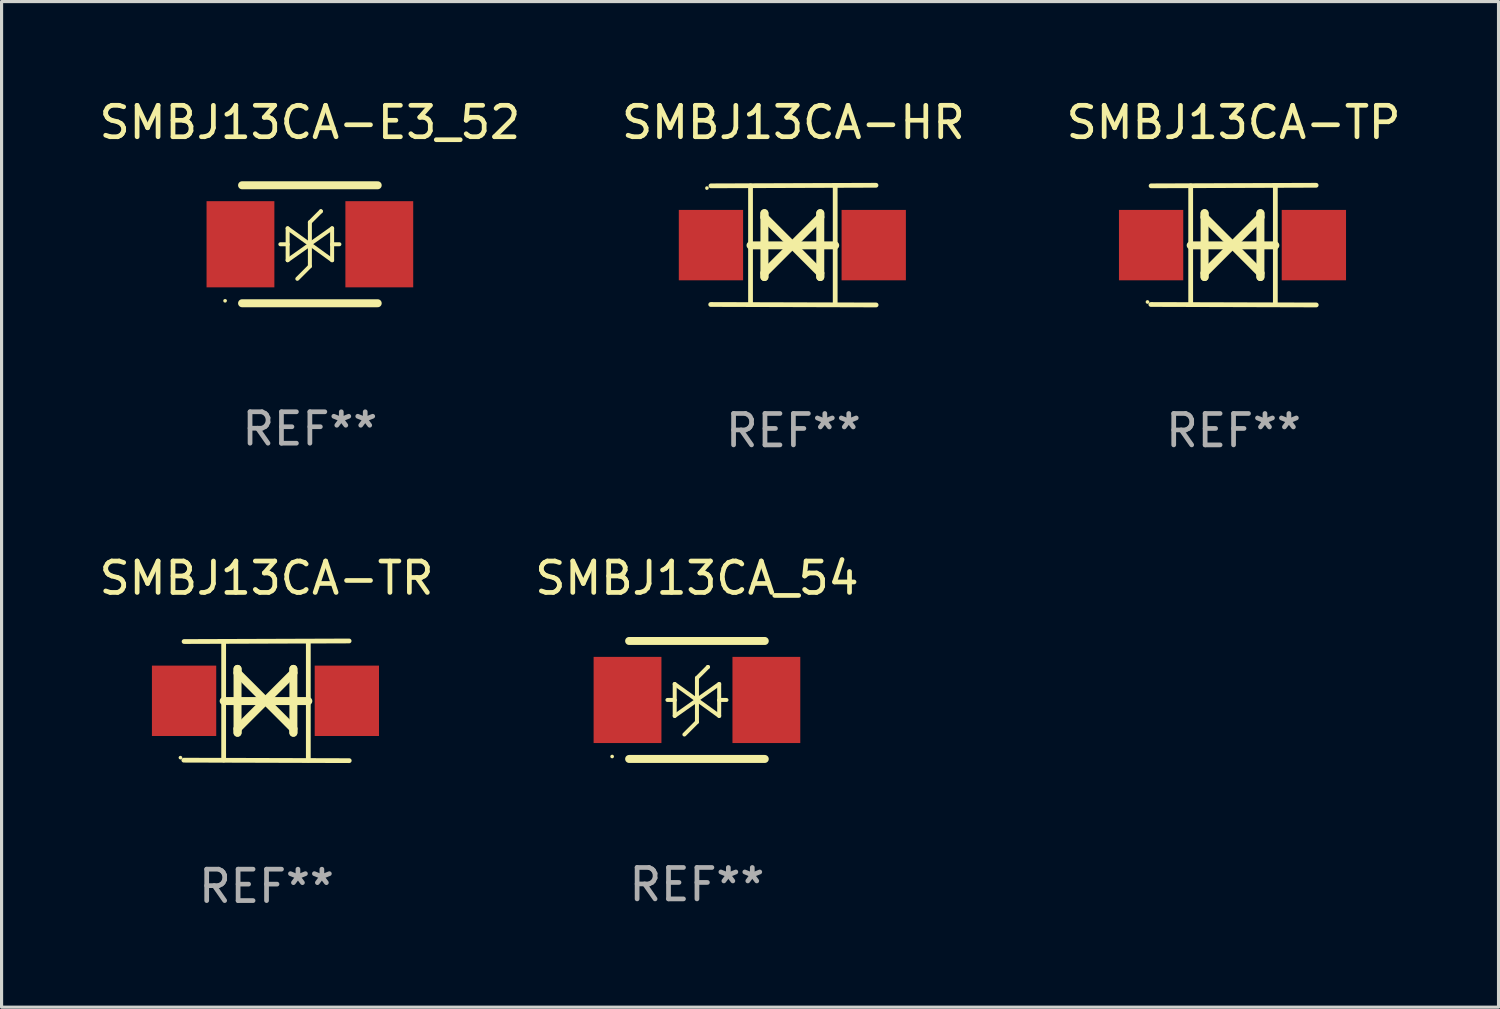
<source format=kicad_pcb>
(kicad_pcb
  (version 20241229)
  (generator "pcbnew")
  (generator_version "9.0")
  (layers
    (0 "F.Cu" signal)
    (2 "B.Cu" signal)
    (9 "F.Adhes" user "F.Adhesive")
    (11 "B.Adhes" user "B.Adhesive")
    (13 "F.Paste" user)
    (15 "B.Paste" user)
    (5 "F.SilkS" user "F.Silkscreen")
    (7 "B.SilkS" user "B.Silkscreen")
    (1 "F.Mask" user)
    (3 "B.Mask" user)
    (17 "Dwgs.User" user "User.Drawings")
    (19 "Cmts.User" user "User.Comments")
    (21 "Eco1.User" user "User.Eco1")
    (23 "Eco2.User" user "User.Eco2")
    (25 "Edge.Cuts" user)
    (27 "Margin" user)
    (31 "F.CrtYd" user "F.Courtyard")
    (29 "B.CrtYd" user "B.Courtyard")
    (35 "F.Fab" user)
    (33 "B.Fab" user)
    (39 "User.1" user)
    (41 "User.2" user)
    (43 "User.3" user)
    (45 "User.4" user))
  (footprint "SMBJ13CA_54"
    (layer "F.Cu")
    (at 19.137 19.233)
    (property "Reference" "SMBJ13CA_54" (at 0 -3.878 0) (layer "F.SilkS") (effects (font (size 1 1) (thickness 0.15))))
    (attr through_hole)
    (fp_line (start -2.159 -1.878) (end 2.159 -1.878) (stroke (width 0.254) (type solid)) (layer "F.SilkS"))
    (fp_line (start -0.716 0) (end -0.94 0) (stroke (width 0.127) (type solid)) (layer "F.SilkS"))
    (fp_line (start -0.708 -0.508) (end -0.708 0.508) (stroke (width 0.127) (type solid)) (layer "F.SilkS"))
    (fp_line (start -0.708 -0.508) (end 0 0.003) (stroke (width 0.127) (type solid)) (layer "F.SilkS"))
    (fp_line (start -0.708 0.008) (end -0.716 0) (stroke (width 0.127) (type solid)) (layer "F.SilkS"))
    (fp_line (start -0.708 0.508) (end 0 0.007) (stroke (width 0.127) (type solid)) (layer "F.SilkS"))
    (fp_line (start 0 -0.7) (end 0 0.7) (stroke (width 0.127) (type solid)) (layer "F.SilkS"))
    (fp_line (start 0 -0.7) (end 0.35 -1.05) (stroke (width 0.127) (type solid)) (layer "F.SilkS"))
    (fp_line (start 0 0.7) (end -0.4 1.1) (stroke (width 0.127) (type solid)) (layer "F.SilkS"))
    (fp_line (start 0.35 -1.05) (end 0.35 -1.05) (stroke (width 0.127) (type solid)) (layer "F.SilkS"))
    (fp_line (start 0.708 0.008) (end 0.716 0) (stroke (width 0.127) (type solid)) (layer "F.SilkS"))
    (fp_line (start 0.708 0.508) (end 0.708 -0.508) (stroke (width 0.127) (type solid)) (layer "F.SilkS"))
    (fp_line (start 0.708 -0.508) (end 0 -0.007) (stroke (width 0.127) (type solid)) (layer "F.SilkS"))
    (fp_line (start 0.708 0.508) (end 0 -0.003) (stroke (width 0.127) (type solid)) (layer "F.SilkS"))
    (fp_line (start 0.716 0) (end 0.94 0) (stroke (width 0.127) (type solid)) (layer "F.SilkS"))
    (fp_line (start 2.159 1.878) (end -2.159 1.878) (stroke (width 0.254) (type solid)) (layer "F.SilkS"))
    (fp_circle (center -2.7 1.8) (end -2.67 1.8) (stroke (width 0.06) (type solid)) (fill no) (layer "F.SilkS"))
    (fp_text user "REF**" (at 0 5.878 0) (layer "F.Fab") (effects (font (size 1 1) (thickness 0.15))))
    (pad "1" smd rect (at -2.21 0) (size 2.159 2.743) (layers "F.Cu" "F.Mask" "F.Paste"))
    (pad "2" smd rect (at 2.21 0) (size 2.159 2.743) (layers "F.Cu" "F.Mask" "F.Paste")))
  (footprint "SMBJ13CA-HR"
    (layer "F.Cu")
    (at 22.208 4.753)
    (property "Reference" "SMBJ13CA-HR" (at 0 -3.905 0) (layer "F.SilkS") (effects (font (size 1 1) (thickness 0.15))))
    (attr through_hole)
    (fp_line (start -1.365 1.886) (end -1.365 -1.886) (stroke (width 0.152) (type solid)) (layer "F.SilkS"))
    (fp_line (start -1.365 0.008) (end 1.33 0.008) (stroke (width 0.254) (type solid)) (layer "F.SilkS"))
    (fp_line (start -0.923 -1.016) (end -0.923 1.016) (stroke (width 0.254) (type solid)) (layer "F.SilkS"))
    (fp_line (start -0.923 -0.889) (end -0.923 -1.016) (stroke (width 0.254) (type solid)) (layer "F.SilkS"))
    (fp_line (start -0.923 0.889) (end -0.034 0) (stroke (width 0.254) (type solid)) (layer "F.SilkS"))
    (fp_line (start -0.923 1.016) (end -0.923 0.889) (stroke (width 0.254) (type solid)) (layer "F.SilkS"))
    (fp_line (start -0.034 0) (end -0.923 -0.889) (stroke (width 0.254) (type solid)) (layer "F.SilkS"))
    (fp_line (start -0.034 0) (end 0.855 0.889) (stroke (width 0.254) (type solid)) (layer "F.SilkS"))
    (fp_line (start 0.855 -1.016) (end 0.855 -0.889) (stroke (width 0.254) (type solid)) (layer "F.SilkS"))
    (fp_line (start 0.855 -0.889) (end -0.034 0) (stroke (width 0.254) (type solid)) (layer "F.SilkS"))
    (fp_line (start 0.855 0.889) (end 0.855 1.016) (stroke (width 0.254) (type solid)) (layer "F.SilkS"))
    (fp_line (start 0.855 1.016) (end 0.855 -1.016) (stroke (width 0.254) (type solid)) (layer "F.SilkS"))
    (fp_line (start 1.33 1.886) (end 1.33 -1.886) (stroke (width 0.152) (type solid)) (layer "F.SilkS"))
    (fp_line (start 2.629 -1.905) (end -2.625 -1.887) (stroke (width 0.152) (type solid)) (layer "F.SilkS"))
    (fp_line (start 2.633 1.905) (end -2.633 1.89) (stroke (width 0.152) (type solid)) (layer "F.SilkS"))
    (fp_circle (center -2.753 -1.816) (end -2.723 -1.816) (stroke (width 0.06) (type solid)) (fill no) (layer "F.SilkS"))
    (fp_text user "REF**" (at 0 5.905 0) (layer "F.Fab") (effects (font (size 1 1) (thickness 0.15))))
    (pad "1" smd rect (at -2.625 0) (size 2.047 2.241) (layers "F.Cu" "F.Mask" "F.Paste"))
    (pad "2" smd rect (at 2.557 0) (size 2.047 2.241) (layers "F.Cu" "F.Mask" "F.Paste")))
  (footprint "SMBJ13CA-E3_52"
    (layer "F.Cu")
    (at 6.815 4.726)
    (property "Reference" "SMBJ13CA-E3_52" (at 0 -3.878 0) (layer "F.SilkS") (effects (font (size 1 1) (thickness 0.15))))
    (attr through_hole)
    (fp_line (start -2.159 -1.878) (end 2.159 -1.878) (stroke (width 0.254) (type solid)) (layer "F.SilkS"))
    (fp_line (start -0.716 0) (end -0.94 0) (stroke (width 0.127) (type solid)) (layer "F.SilkS"))
    (fp_line (start -0.708 -0.508) (end -0.708 0.508) (stroke (width 0.127) (type solid)) (layer "F.SilkS"))
    (fp_line (start -0.708 -0.508) (end 0 0.003) (stroke (width 0.127) (type solid)) (layer "F.SilkS"))
    (fp_line (start -0.708 0.008) (end -0.716 0) (stroke (width 0.127) (type solid)) (layer "F.SilkS"))
    (fp_line (start -0.708 0.508) (end 0 0.007) (stroke (width 0.127) (type solid)) (layer "F.SilkS"))
    (fp_line (start 0 -0.7) (end 0 0.7) (stroke (width 0.127) (type solid)) (layer "F.SilkS"))
    (fp_line (start 0 -0.7) (end 0.35 -1.05) (stroke (width 0.127) (type solid)) (layer "F.SilkS"))
    (fp_line (start 0 0.7) (end -0.4 1.1) (stroke (width 0.127) (type solid)) (layer "F.SilkS"))
    (fp_line (start 0.35 -1.05) (end 0.35 -1.05) (stroke (width 0.127) (type solid)) (layer "F.SilkS"))
    (fp_line (start 0.708 0.008) (end 0.716 0) (stroke (width 0.127) (type solid)) (layer "F.SilkS"))
    (fp_line (start 0.708 0.508) (end 0.708 -0.508) (stroke (width 0.127) (type solid)) (layer "F.SilkS"))
    (fp_line (start 0.708 -0.508) (end 0 -0.007) (stroke (width 0.127) (type solid)) (layer "F.SilkS"))
    (fp_line (start 0.708 0.508) (end 0 -0.003) (stroke (width 0.127) (type solid)) (layer "F.SilkS"))
    (fp_line (start 0.716 0) (end 0.94 0) (stroke (width 0.127) (type solid)) (layer "F.SilkS"))
    (fp_line (start 2.159 1.878) (end -2.159 1.878) (stroke (width 0.254) (type solid)) (layer "F.SilkS"))
    (fp_circle (center -2.7 1.8) (end -2.67 1.8) (stroke (width 0.06) (type solid)) (fill no) (layer "F.SilkS"))
    (fp_text user "REF**" (at 0 5.878 0) (layer "F.Fab") (effects (font (size 1 1) (thickness 0.15))))
    (pad "1" smd rect (at -2.21 0) (size 2.159 2.743) (layers "F.Cu" "F.Mask" "F.Paste"))
    (pad "2" smd rect (at 2.21 0) (size 2.159 2.743) (layers "F.Cu" "F.Mask" "F.Paste")))
  (footprint "SMBJ13CA-TR"
    (layer "F.Cu")
    (at 5.435 19.26)
    (property "Reference" "SMBJ13CA-TR" (at 0 -3.905 0) (layer "F.SilkS") (effects (font (size 1 1) (thickness 0.15))))
    (attr through_hole)
    (fp_line (start -1.365 1.886) (end -1.365 -1.886) (stroke (width 0.152) (type solid)) (layer "F.SilkS"))
    (fp_line (start -1.365 0.008) (end 1.33 0.008) (stroke (width 0.254) (type solid)) (layer "F.SilkS"))
    (fp_line (start -0.923 -1.016) (end -0.923 1.016) (stroke (width 0.254) (type solid)) (layer "F.SilkS"))
    (fp_line (start -0.923 -0.889) (end -0.923 -1.016) (stroke (width 0.254) (type solid)) (layer "F.SilkS"))
    (fp_line (start -0.923 0.889) (end -0.034 0) (stroke (width 0.254) (type solid)) (layer "F.SilkS"))
    (fp_line (start -0.923 1.016) (end -0.923 0.889) (stroke (width 0.254) (type solid)) (layer "F.SilkS"))
    (fp_line (start -0.034 0) (end -0.923 -0.889) (stroke (width 0.254) (type solid)) (layer "F.SilkS"))
    (fp_line (start -0.034 0) (end 0.855 0.889) (stroke (width 0.254) (type solid)) (layer "F.SilkS"))
    (fp_line (start 0.855 -1.016) (end 0.855 -0.889) (stroke (width 0.254) (type solid)) (layer "F.SilkS"))
    (fp_line (start 0.855 -0.889) (end -0.034 0) (stroke (width 0.254) (type solid)) (layer "F.SilkS"))
    (fp_line (start 0.855 0.889) (end 0.855 1.016) (stroke (width 0.254) (type solid)) (layer "F.SilkS"))
    (fp_line (start 0.855 1.016) (end 0.855 -1.016) (stroke (width 0.254) (type solid)) (layer "F.SilkS"))
    (fp_line (start 1.33 1.886) (end 1.33 -1.886) (stroke (width 0.152) (type solid)) (layer "F.SilkS"))
    (fp_line (start 2.629 -1.905) (end -2.625 -1.887) (stroke (width 0.152) (type solid)) (layer "F.SilkS"))
    (fp_line (start 2.633 1.905) (end -2.633 1.89) (stroke (width 0.152) (type solid)) (layer "F.SilkS"))
    (fp_circle (center -2.741 1.81) (end -2.711 1.81) (stroke (width 0.06) (type solid)) (fill no) (layer "F.SilkS"))
    (fp_text user "REF**" (at 0 5.905 0) (layer "F.Fab") (effects (font (size 1 1) (thickness 0.15))))
    (pad "1" smd rect (at -2.625 0) (size 2.047 2.241) (layers "F.Cu" "F.Mask" "F.Paste"))
    (pad "2" smd rect (at 2.557 0) (size 2.047 2.241) (layers "F.Cu" "F.Mask" "F.Paste")))
  (footprint "SMBJ13CA-TP"
    (layer "F.Cu")
    (at 36.22 4.753)
    (property "Reference" "SMBJ13CA-TP" (at 0 -3.905 0) (layer "F.SilkS") (effects (font (size 1 1) (thickness 0.15))))
    (attr through_hole)
    (fp_line (start -1.365 1.886) (end -1.365 -1.886) (stroke (width 0.152) (type solid)) (layer "F.SilkS"))
    (fp_line (start -1.365 0.008) (end 1.33 0.008) (stroke (width 0.254) (type solid)) (layer "F.SilkS"))
    (fp_line (start -0.923 -1.016) (end -0.923 1.016) (stroke (width 0.254) (type solid)) (layer "F.SilkS"))
    (fp_line (start -0.923 -0.889) (end -0.923 -1.016) (stroke (width 0.254) (type solid)) (layer "F.SilkS"))
    (fp_line (start -0.923 0.889) (end -0.034 0) (stroke (width 0.254) (type solid)) (layer "F.SilkS"))
    (fp_line (start -0.923 1.016) (end -0.923 0.889) (stroke (width 0.254) (type solid)) (layer "F.SilkS"))
    (fp_line (start -0.034 0) (end -0.923 -0.889) (stroke (width 0.254) (type solid)) (layer "F.SilkS"))
    (fp_line (start -0.034 0) (end 0.855 0.889) (stroke (width 0.254) (type solid)) (layer "F.SilkS"))
    (fp_line (start 0.855 -1.016) (end 0.855 -0.889) (stroke (width 0.254) (type solid)) (layer "F.SilkS"))
    (fp_line (start 0.855 -0.889) (end -0.034 0) (stroke (width 0.254) (type solid)) (layer "F.SilkS"))
    (fp_line (start 0.855 0.889) (end 0.855 1.016) (stroke (width 0.254) (type solid)) (layer "F.SilkS"))
    (fp_line (start 0.855 1.016) (end 0.855 -1.016) (stroke (width 0.254) (type solid)) (layer "F.SilkS"))
    (fp_line (start 1.33 1.886) (end 1.33 -1.886) (stroke (width 0.152) (type solid)) (layer "F.SilkS"))
    (fp_line (start 2.629 -1.905) (end -2.625 -1.887) (stroke (width 0.152) (type solid)) (layer "F.SilkS"))
    (fp_line (start 2.633 1.905) (end -2.633 1.89) (stroke (width 0.152) (type solid)) (layer "F.SilkS"))
    (fp_circle (center -2.741 1.81) (end -2.711 1.81) (stroke (width 0.06) (type solid)) (fill no) (layer "F.SilkS"))
    (fp_text user "REF**" (at 0 5.905 0) (layer "F.Fab") (effects (font (size 1 1) (thickness 0.15))))
    (pad "1" smd rect (at -2.625 0) (size 2.047 2.241) (layers "F.Cu" "F.Mask" "F.Paste"))
    (pad "2" smd rect (at 2.557 0) (size 2.047 2.241) (layers "F.Cu" "F.Mask" "F.Paste")))
  (gr_rect
    (start -3 -3)
    (end 44.655 29.013)
    (stroke (width 0.1) (type default))
    (fill no)
    (layer "Edge.Cuts")))
</source>
